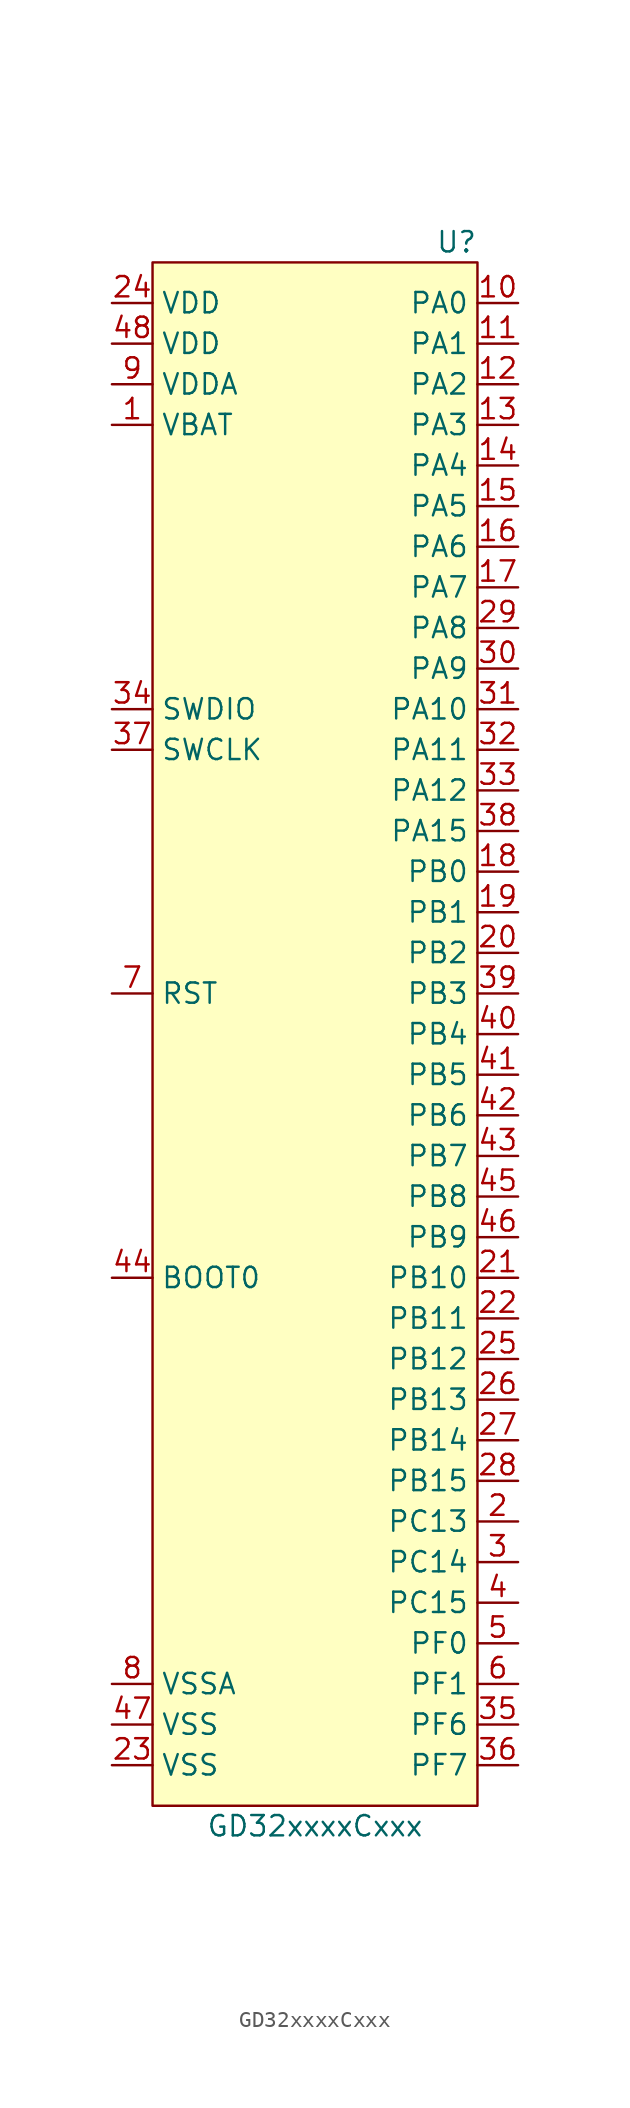
<source format=kicad_sym>
(kicad_symbol_lib
  (version 20220331)
  (generator kicad_symbol_editor)
  (symbol "GD32xxxxCxxx"
    (property "Reference" "U"
      (at 10.16 46.99 0)
      (effects (font (size 1.27 1.27)) (justify right)))
    (property "Value" "GD32xxxxCxxx"
      (at 0 -52.07 0)
      (effects (font (size 1.27 1.27))))
    (symbol "GD32xxxxCxxx_0_0"
      (pin power_in line (at -12.7 35.56 0) (length 2.54) (name "VBAT" (effects (font (size 1.27 1.27)))) (number "1" (effects (font (size 1.27 1.27)))))
      (pin bidirectional line (at 12.7 43.18 180) (length 2.54) (name "PA0" (effects (font (size 1.27 1.27)))) (number "10" (effects (font (size 1.27 1.27)))))
      (pin bidirectional line (at 12.7 40.64 180) (length 2.54) (name "PA1" (effects (font (size 1.27 1.27)))) (number "11" (effects (font (size 1.27 1.27)))))
      (pin bidirectional line (at 12.7 38.1 180) (length 2.54) (name "PA2" (effects (font (size 1.27 1.27)))) (number "12" (effects (font (size 1.27 1.27)))))
      (pin bidirectional line (at 12.7 35.56 180) (length 2.54) (name "PA3" (effects (font (size 1.27 1.27)))) (number "13" (effects (font (size 1.27 1.27)))))
      (pin bidirectional line (at 12.7 33.02 180) (length 2.54) (name "PA4" (effects (font (size 1.27 1.27)))) (number "14" (effects (font (size 1.27 1.27)))))
      (pin bidirectional line (at 12.7 30.48 180) (length 2.54) (name "PA5" (effects (font (size 1.27 1.27)))) (number "15" (effects (font (size 1.27 1.27)))))
      (pin bidirectional line (at 12.7 27.94 180) (length 2.54) (name "PA6" (effects (font (size 1.27 1.27)))) (number "16" (effects (font (size 1.27 1.27)))))
      (pin bidirectional line (at 12.7 25.4 180) (length 2.54) (name "PA7" (effects (font (size 1.27 1.27)))) (number "17" (effects (font (size 1.27 1.27)))))
      (pin bidirectional line (at 12.7 7.62 180) (length 2.54) (name "PB0" (effects (font (size 1.27 1.27)))) (number "18" (effects (font (size 1.27 1.27)))))
      (pin bidirectional line (at 12.7 5.08 180) (length 2.54) (name "PB1" (effects (font (size 1.27 1.27)))) (number "19" (effects (font (size 1.27 1.27)))))
      (pin bidirectional line (at 12.7 -33.02 180) (length 2.54) (name "PC13" (effects (font (size 1.27 1.27)))) (number "2" (effects (font (size 1.27 1.27)))))
      (pin bidirectional line (at 12.7 2.54 180) (length 2.54) (name "PB2" (effects (font (size 1.27 1.27)))) (number "20" (effects (font (size 1.27 1.27)))))
      (pin bidirectional line (at 12.7 -17.78 180) (length 2.54) (name "PB10" (effects (font (size 1.27 1.27)))) (number "21" (effects (font (size 1.27 1.27)))))
      (pin bidirectional line (at 12.7 -20.32 180) (length 2.54) (name "PB11" (effects (font (size 1.27 1.27)))) (number "22" (effects (font (size 1.27 1.27)))))
      (pin power_in line (at -12.7 -48.26 0) (length 2.54) (name "VSS" (effects (font (size 1.27 1.27)))) (number "23" (effects (font (size 1.27 1.27)))))
      (pin power_in line (at -12.7 43.18 0) (length 2.54) (name "VDD" (effects (font (size 1.27 1.27)))) (number "24" (effects (font (size 1.27 1.27)))))
      (pin bidirectional line (at 12.7 -22.86 180) (length 2.54) (name "PB12" (effects (font (size 1.27 1.27)))) (number "25" (effects (font (size 1.27 1.27)))))
      (pin bidirectional line (at 12.7 -25.4 180) (length 2.54) (name "PB13" (effects (font (size 1.27 1.27)))) (number "26" (effects (font (size 1.27 1.27)))))
      (pin bidirectional line (at 12.7 -27.94 180) (length 2.54) (name "PB14" (effects (font (size 1.27 1.27)))) (number "27" (effects (font (size 1.27 1.27)))))
      (pin bidirectional line (at 12.7 -30.48 180) (length 2.54) (name "PB15" (effects (font (size 1.27 1.27)))) (number "28" (effects (font (size 1.27 1.27)))))
      (pin bidirectional line (at 12.7 22.86 180) (length 2.54) (name "PA8" (effects (font (size 1.27 1.27)))) (number "29" (effects (font (size 1.27 1.27)))))
      (pin bidirectional line (at 12.7 -35.56 180) (length 2.54) (name "PC14" (effects (font (size 1.27 1.27)))) (number "3" (effects (font (size 1.27 1.27)))))
      (pin bidirectional line (at 12.7 20.32 180) (length 2.54) (name "PA9" (effects (font (size 1.27 1.27)))) (number "30" (effects (font (size 1.27 1.27)))))
      (pin bidirectional line (at 12.7 17.78 180) (length 2.54) (name "PA10" (effects (font (size 1.27 1.27)))) (number "31" (effects (font (size 1.27 1.27)))))
      (pin bidirectional line (at 12.7 15.24 180) (length 2.54) (name "PA11" (effects (font (size 1.27 1.27)))) (number "32" (effects (font (size 1.27 1.27)))))
      (pin bidirectional line (at 12.7 12.7 180) (length 2.54) (name "PA12" (effects (font (size 1.27 1.27)))) (number "33" (effects (font (size 1.27 1.27)))))
      (pin bidirectional line (at -12.7 17.78 0) (length 2.54) (name "SWDIO" (effects (font (size 1.27 1.27)))) (number "34" (effects (font (size 1.27 1.27)))))
      (pin bidirectional line (at 12.7 -45.72 180) (length 2.54) (name "PF6" (effects (font (size 1.27 1.27)))) (number "35" (effects (font (size 1.27 1.27)))))
      (pin bidirectional line (at 12.7 -48.26 180) (length 2.54) (name "PF7" (effects (font (size 1.27 1.27)))) (number "36" (effects (font (size 1.27 1.27)))))
      (pin bidirectional line (at -12.7 15.24 0) (length 2.54) (name "SWCLK" (effects (font (size 1.27 1.27)))) (number "37" (effects (font (size 1.27 1.27)))))
      (pin bidirectional line (at 12.7 10.16 180) (length 2.54) (name "PA15" (effects (font (size 1.27 1.27)))) (number "38" (effects (font (size 1.27 1.27)))))
      (pin bidirectional line (at 12.7 0 180) (length 2.54) (name "PB3" (effects (font (size 1.27 1.27)))) (number "39" (effects (font (size 1.27 1.27)))))
      (pin bidirectional line (at 12.7 -38.1 180) (length 2.54) (name "PC15" (effects (font (size 1.27 1.27)))) (number "4" (effects (font (size 1.27 1.27)))))
      (pin bidirectional line (at 12.7 -2.54 180) (length 2.54) (name "PB4" (effects (font (size 1.27 1.27)))) (number "40" (effects (font (size 1.27 1.27)))))
      (pin bidirectional line (at 12.7 -5.08 180) (length 2.54) (name "PB5" (effects (font (size 1.27 1.27)))) (number "41" (effects (font (size 1.27 1.27)))))
      (pin bidirectional line (at 12.7 -7.62 180) (length 2.54) (name "PB6" (effects (font (size 1.27 1.27)))) (number "42" (effects (font (size 1.27 1.27)))))
      (pin bidirectional line (at 12.7 -10.16 180) (length 2.54) (name "PB7" (effects (font (size 1.27 1.27)))) (number "43" (effects (font (size 1.27 1.27)))))
      (pin input line (at -12.7 -17.78 0) (length 2.54) (name "BOOT0" (effects (font (size 1.27 1.27)))) (number "44" (effects (font (size 1.27 1.27)))))
      (pin bidirectional line (at 12.7 -12.7 180) (length 2.54) (name "PB8" (effects (font (size 1.27 1.27)))) (number "45" (effects (font (size 1.27 1.27)))))
      (pin bidirectional line (at 12.7 -15.24 180) (length 2.54) (name "PB9" (effects (font (size 1.27 1.27)))) (number "46" (effects (font (size 1.27 1.27)))))
      (pin power_in line (at -12.7 -45.72 0) (length 2.54) (name "VSS" (effects (font (size 1.27 1.27)))) (number "47" (effects (font (size 1.27 1.27)))))
      (pin power_in line (at -12.7 40.64 0) (length 2.54) (name "VDD" (effects (font (size 1.27 1.27)))) (number "48" (effects (font (size 1.27 1.27)))))
      (pin bidirectional line (at 12.7 -40.64 180) (length 2.54) (name "PF0" (effects (font (size 1.27 1.27)))) (number "5" (effects (font (size 1.27 1.27)))))
      (pin bidirectional line (at 12.7 -43.18 180) (length 2.54) (name "PF1" (effects (font (size 1.27 1.27)))) (number "6" (effects (font (size 1.27 1.27)))))
      (pin input line (at -12.7 0 0) (length 2.54) (name "RST" (effects (font (size 1.27 1.27)))) (number "7" (effects (font (size 1.27 1.27)))))
      (pin power_in line (at -12.7 -43.18 0) (length 2.54) (name "VSSA" (effects (font (size 1.27 1.27)))) (number "8" (effects (font (size 1.27 1.27)))))
      (pin power_in line (at -12.7 38.1 0) (length 2.54) (name "VDDA" (effects (font (size 1.27 1.27)))) (number "9" (effects (font (size 1.27 1.27))))))
    (symbol "GD32xxxxCxxx_0_1"
      (rectangle (start -10.16 45.72) (end 10.16 -50.8) (stroke (width 0) (type default)) (fill (type background))))))
</source>
